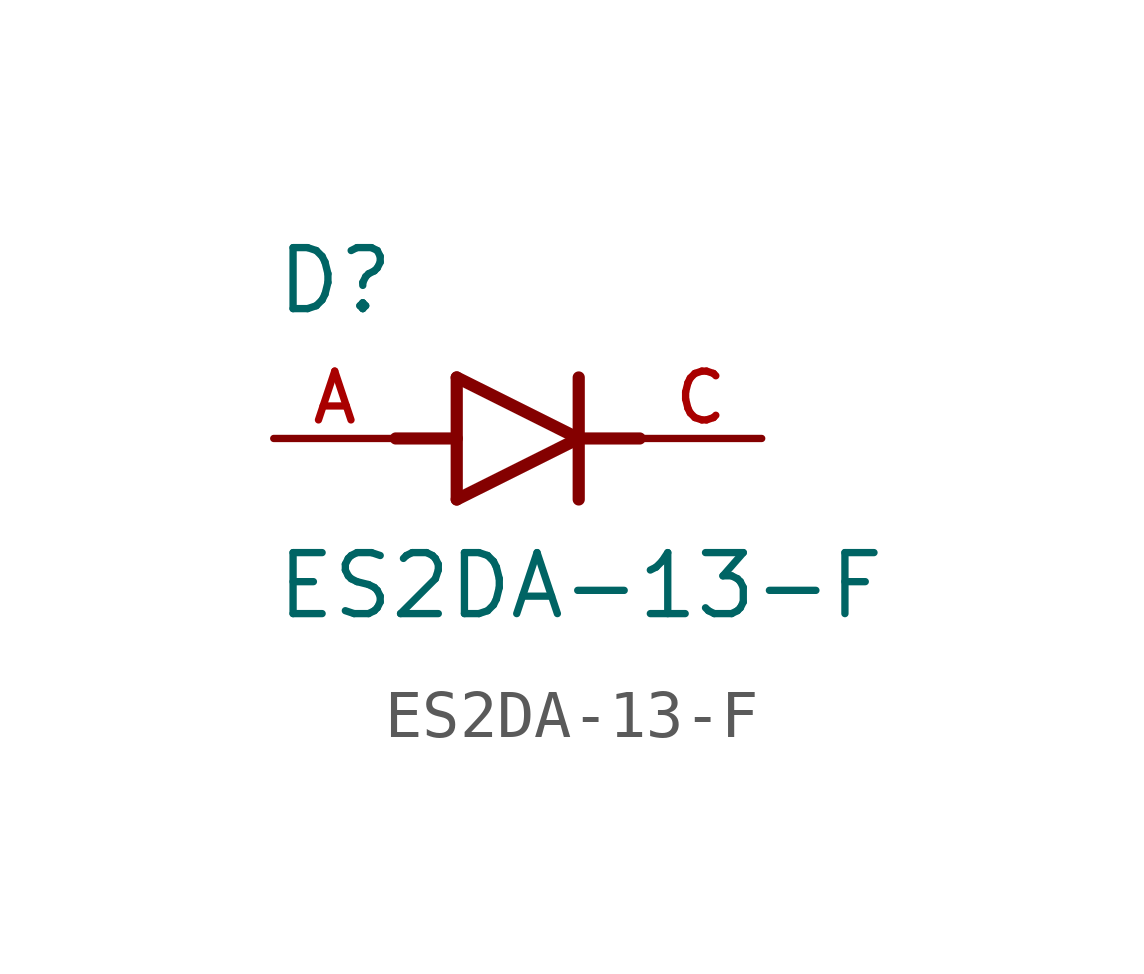
<source format=kicad_sym>
(kicad_symbol_lib
  (version 20231120)
  (generator "kicad_symbol_editor")
  (generator_version "8.0")
  (symbol "ES2DA-13-F"
    (pin_names
      (offset 1.016))
    (property "Reference" "D"
      (at -5.08 2.54 0)
      (effects (font (size 1.27 1.27)) (justify left bottom)))
    (property "Value" "ES2DA-13-F"
      (at -5.08 -3.81 0)
      (effects (font (size 1.27 1.27)) (justify left bottom)))
    (symbol "ES2DA-13-F_0_0"
      (polyline (pts (xy -2.54 0) (xy -1.27 0)) (stroke (width 0.254) (type default)) (fill (type none)))
      (polyline (pts (xy -1.27 -1.27) (xy 1.27 0)) (stroke (width 0.254) (type default)) (fill (type none)))
      (polyline (pts (xy -1.27 1.27) (xy -1.27 -1.27)) (stroke (width 0.254) (type default)) (fill (type none)))
      (polyline (pts (xy 1.27 0) (xy -1.27 1.27)) (stroke (width 0.254) (type default)) (fill (type none)))
      (polyline (pts (xy 1.27 0) (xy 2.54 0)) (stroke (width 0.254) (type default)) (fill (type none)))
      (polyline (pts (xy 1.27 1.27) (xy 1.27 -1.27)) (stroke (width 0.254) (type default)) (fill (type none)))
      (pin passive line (at -5.08 0 0) (length 2.54) (name "~" (effects (font (size 1.016 1.016)))) (number "A" (effects (font (size 1.016 1.016)))))
      (pin passive line (at 5.08 0 180) (length 2.54) (name "~" (effects (font (size 1.016 1.016)))) (number "C" (effects (font (size 1.016 1.016))))))))
</source>
